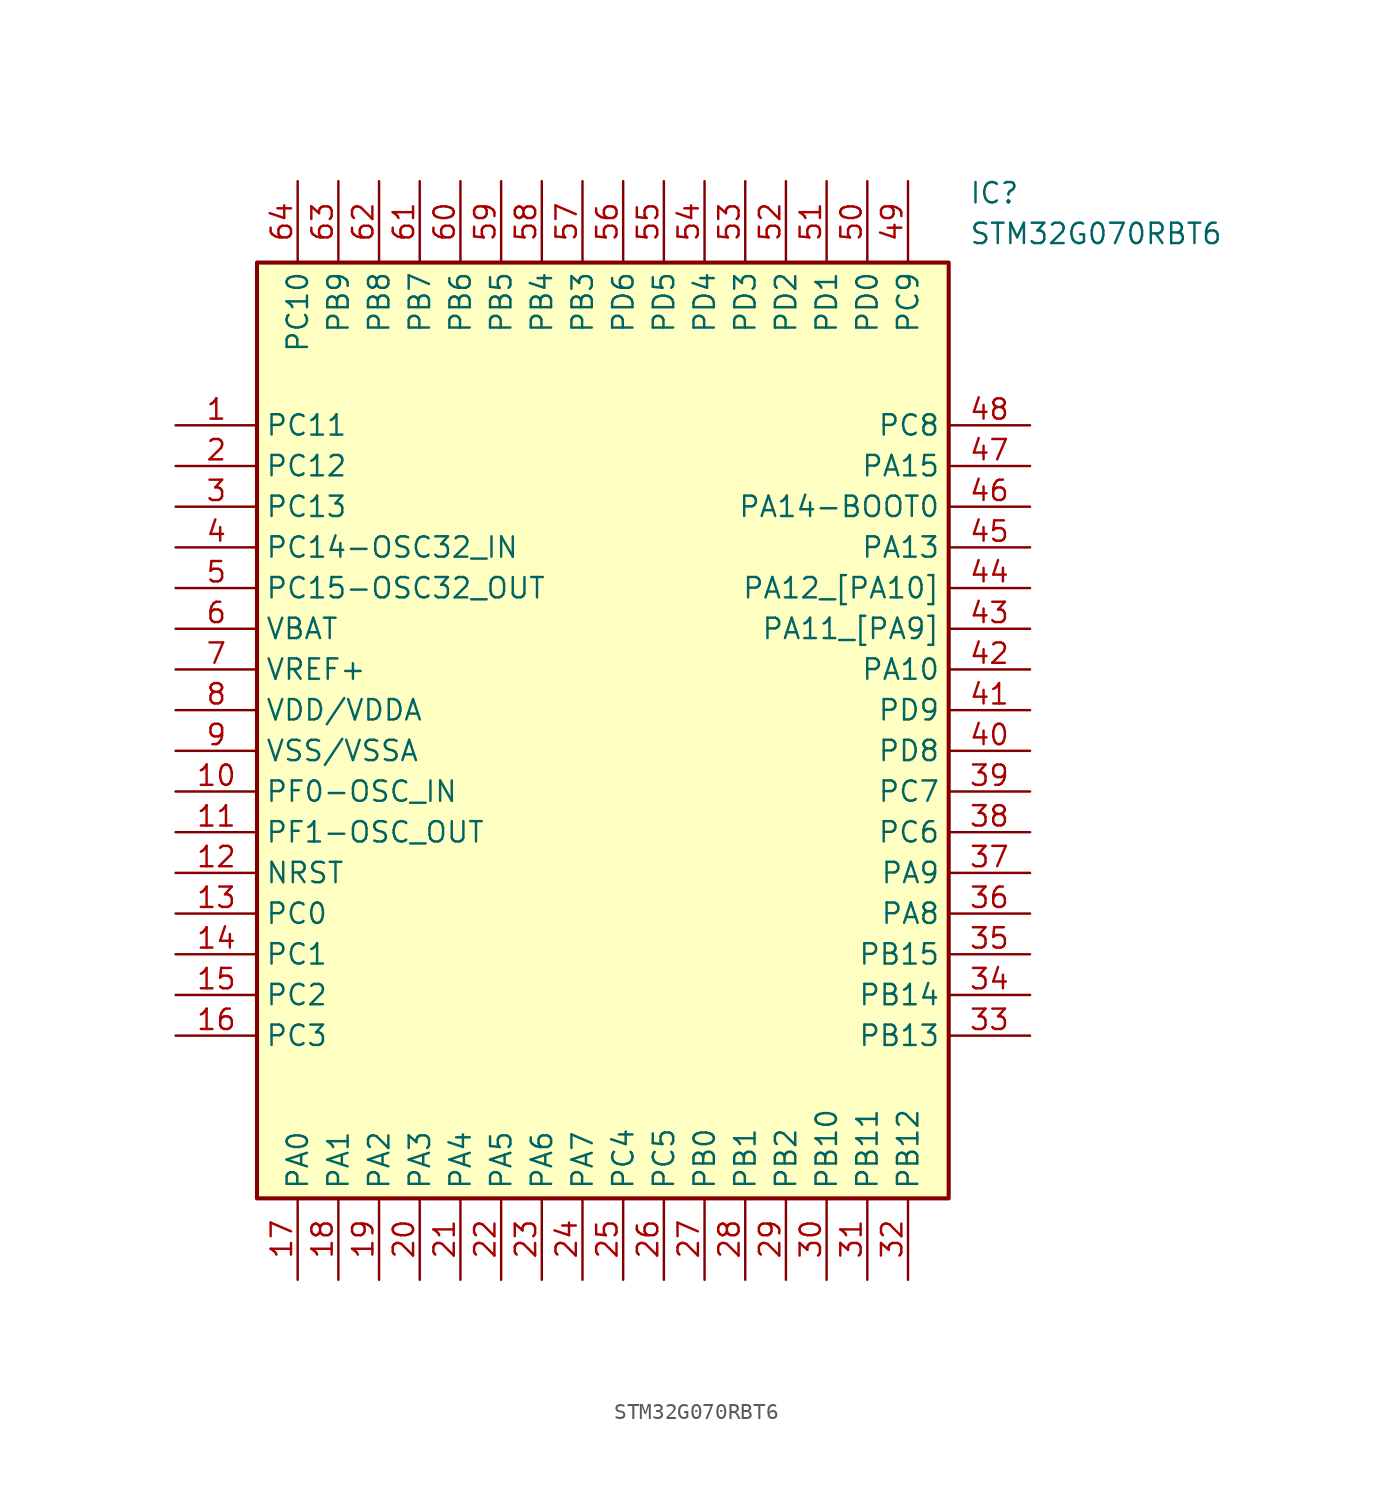
<source format=kicad_sym>
(kicad_symbol_lib
  (version 20220914)
  (generator kicad_symbol_editor)
  (symbol "STM32G070RBT6"
    (property "Reference" "IC"
      (at 49.53 15.24 0)
      (effects (font (size 1.27 1.27)) (justify left top)))
    (property "Value" "STM32G070RBT6"
      (at 49.53 12.7 0)
      (effects (font (size 1.27 1.27)) (justify left top)))
    (symbol "STM32G070RBT6_1_1"
      (rectangle (start 5.08 10.16) (end 48.26 -48.26) (stroke (width 0.254) (type default)) (fill (type background)))
      (pin passive line (at 0 0 0) (length 5.08) (name "PC11" (effects (font (size 1.27 1.27)))) (number "1" (effects (font (size 1.27 1.27)))))
      (pin passive line (at 0 -22.86 0) (length 5.08) (name "PF0-OSC_IN" (effects (font (size 1.27 1.27)))) (number "10" (effects (font (size 1.27 1.27)))))
      (pin passive line (at 0 -25.4 0) (length 5.08) (name "PF1-OSC_OUT" (effects (font (size 1.27 1.27)))) (number "11" (effects (font (size 1.27 1.27)))))
      (pin passive line (at 0 -27.94 0) (length 5.08) (name "NRST" (effects (font (size 1.27 1.27)))) (number "12" (effects (font (size 1.27 1.27)))))
      (pin passive line (at 0 -30.48 0) (length 5.08) (name "PC0" (effects (font (size 1.27 1.27)))) (number "13" (effects (font (size 1.27 1.27)))))
      (pin passive line (at 0 -33.02 0) (length 5.08) (name "PC1" (effects (font (size 1.27 1.27)))) (number "14" (effects (font (size 1.27 1.27)))))
      (pin passive line (at 0 -35.56 0) (length 5.08) (name "PC2" (effects (font (size 1.27 1.27)))) (number "15" (effects (font (size 1.27 1.27)))))
      (pin passive line (at 0 -38.1 0) (length 5.08) (name "PC3" (effects (font (size 1.27 1.27)))) (number "16" (effects (font (size 1.27 1.27)))))
      (pin passive line (at 7.62 -53.34 90) (length 5.08) (name "PA0" (effects (font (size 1.27 1.27)))) (number "17" (effects (font (size 1.27 1.27)))))
      (pin passive line (at 10.16 -53.34 90) (length 5.08) (name "PA1" (effects (font (size 1.27 1.27)))) (number "18" (effects (font (size 1.27 1.27)))))
      (pin passive line (at 12.7 -53.34 90) (length 5.08) (name "PA2" (effects (font (size 1.27 1.27)))) (number "19" (effects (font (size 1.27 1.27)))))
      (pin passive line (at 0 -2.54 0) (length 5.08) (name "PC12" (effects (font (size 1.27 1.27)))) (number "2" (effects (font (size 1.27 1.27)))))
      (pin passive line (at 15.24 -53.34 90) (length 5.08) (name "PA3" (effects (font (size 1.27 1.27)))) (number "20" (effects (font (size 1.27 1.27)))))
      (pin passive line (at 17.78 -53.34 90) (length 5.08) (name "PA4" (effects (font (size 1.27 1.27)))) (number "21" (effects (font (size 1.27 1.27)))))
      (pin passive line (at 20.32 -53.34 90) (length 5.08) (name "PA5" (effects (font (size 1.27 1.27)))) (number "22" (effects (font (size 1.27 1.27)))))
      (pin passive line (at 22.86 -53.34 90) (length 5.08) (name "PA6" (effects (font (size 1.27 1.27)))) (number "23" (effects (font (size 1.27 1.27)))))
      (pin passive line (at 25.4 -53.34 90) (length 5.08) (name "PA7" (effects (font (size 1.27 1.27)))) (number "24" (effects (font (size 1.27 1.27)))))
      (pin passive line (at 27.94 -53.34 90) (length 5.08) (name "PC4" (effects (font (size 1.27 1.27)))) (number "25" (effects (font (size 1.27 1.27)))))
      (pin passive line (at 30.48 -53.34 90) (length 5.08) (name "PC5" (effects (font (size 1.27 1.27)))) (number "26" (effects (font (size 1.27 1.27)))))
      (pin passive line (at 33.02 -53.34 90) (length 5.08) (name "PB0" (effects (font (size 1.27 1.27)))) (number "27" (effects (font (size 1.27 1.27)))))
      (pin passive line (at 35.56 -53.34 90) (length 5.08) (name "PB1" (effects (font (size 1.27 1.27)))) (number "28" (effects (font (size 1.27 1.27)))))
      (pin passive line (at 38.1 -53.34 90) (length 5.08) (name "PB2" (effects (font (size 1.27 1.27)))) (number "29" (effects (font (size 1.27 1.27)))))
      (pin passive line (at 0 -5.08 0) (length 5.08) (name "PC13" (effects (font (size 1.27 1.27)))) (number "3" (effects (font (size 1.27 1.27)))))
      (pin passive line (at 40.64 -53.34 90) (length 5.08) (name "PB10" (effects (font (size 1.27 1.27)))) (number "30" (effects (font (size 1.27 1.27)))))
      (pin passive line (at 43.18 -53.34 90) (length 5.08) (name "PB11" (effects (font (size 1.27 1.27)))) (number "31" (effects (font (size 1.27 1.27)))))
      (pin passive line (at 45.72 -53.34 90) (length 5.08) (name "PB12" (effects (font (size 1.27 1.27)))) (number "32" (effects (font (size 1.27 1.27)))))
      (pin passive line (at 53.34 -38.1 180) (length 5.08) (name "PB13" (effects (font (size 1.27 1.27)))) (number "33" (effects (font (size 1.27 1.27)))))
      (pin passive line (at 53.34 -35.56 180) (length 5.08) (name "PB14" (effects (font (size 1.27 1.27)))) (number "34" (effects (font (size 1.27 1.27)))))
      (pin passive line (at 53.34 -33.02 180) (length 5.08) (name "PB15" (effects (font (size 1.27 1.27)))) (number "35" (effects (font (size 1.27 1.27)))))
      (pin passive line (at 53.34 -30.48 180) (length 5.08) (name "PA8" (effects (font (size 1.27 1.27)))) (number "36" (effects (font (size 1.27 1.27)))))
      (pin passive line (at 53.34 -27.94 180) (length 5.08) (name "PA9" (effects (font (size 1.27 1.27)))) (number "37" (effects (font (size 1.27 1.27)))))
      (pin passive line (at 53.34 -25.4 180) (length 5.08) (name "PC6" (effects (font (size 1.27 1.27)))) (number "38" (effects (font (size 1.27 1.27)))))
      (pin passive line (at 53.34 -22.86 180) (length 5.08) (name "PC7" (effects (font (size 1.27 1.27)))) (number "39" (effects (font (size 1.27 1.27)))))
      (pin passive line (at 0 -7.62 0) (length 5.08) (name "PC14-OSC32_IN" (effects (font (size 1.27 1.27)))) (number "4" (effects (font (size 1.27 1.27)))))
      (pin passive line (at 53.34 -20.32 180) (length 5.08) (name "PD8" (effects (font (size 1.27 1.27)))) (number "40" (effects (font (size 1.27 1.27)))))
      (pin passive line (at 53.34 -17.78 180) (length 5.08) (name "PD9" (effects (font (size 1.27 1.27)))) (number "41" (effects (font (size 1.27 1.27)))))
      (pin passive line (at 53.34 -15.24 180) (length 5.08) (name "PA10" (effects (font (size 1.27 1.27)))) (number "42" (effects (font (size 1.27 1.27)))))
      (pin passive line (at 53.34 -12.7 180) (length 5.08) (name "PA11_[PA9]" (effects (font (size 1.27 1.27)))) (number "43" (effects (font (size 1.27 1.27)))))
      (pin passive line (at 53.34 -10.16 180) (length 5.08) (name "PA12_[PA10]" (effects (font (size 1.27 1.27)))) (number "44" (effects (font (size 1.27 1.27)))))
      (pin passive line (at 53.34 -7.62 180) (length 5.08) (name "PA13" (effects (font (size 1.27 1.27)))) (number "45" (effects (font (size 1.27 1.27)))))
      (pin passive line (at 53.34 -5.08 180) (length 5.08) (name "PA14-BOOT0" (effects (font (size 1.27 1.27)))) (number "46" (effects (font (size 1.27 1.27)))))
      (pin passive line (at 53.34 -2.54 180) (length 5.08) (name "PA15" (effects (font (size 1.27 1.27)))) (number "47" (effects (font (size 1.27 1.27)))))
      (pin passive line (at 53.34 0 180) (length 5.08) (name "PC8" (effects (font (size 1.27 1.27)))) (number "48" (effects (font (size 1.27 1.27)))))
      (pin passive line (at 45.72 15.24 270) (length 5.08) (name "PC9" (effects (font (size 1.27 1.27)))) (number "49" (effects (font (size 1.27 1.27)))))
      (pin passive line (at 0 -10.16 0) (length 5.08) (name "PC15-OSC32_OUT" (effects (font (size 1.27 1.27)))) (number "5" (effects (font (size 1.27 1.27)))))
      (pin passive line (at 43.18 15.24 270) (length 5.08) (name "PD0" (effects (font (size 1.27 1.27)))) (number "50" (effects (font (size 1.27 1.27)))))
      (pin passive line (at 40.64 15.24 270) (length 5.08) (name "PD1" (effects (font (size 1.27 1.27)))) (number "51" (effects (font (size 1.27 1.27)))))
      (pin passive line (at 38.1 15.24 270) (length 5.08) (name "PD2" (effects (font (size 1.27 1.27)))) (number "52" (effects (font (size 1.27 1.27)))))
      (pin passive line (at 35.56 15.24 270) (length 5.08) (name "PD3" (effects (font (size 1.27 1.27)))) (number "53" (effects (font (size 1.27 1.27)))))
      (pin passive line (at 33.02 15.24 270) (length 5.08) (name "PD4" (effects (font (size 1.27 1.27)))) (number "54" (effects (font (size 1.27 1.27)))))
      (pin passive line (at 30.48 15.24 270) (length 5.08) (name "PD5" (effects (font (size 1.27 1.27)))) (number "55" (effects (font (size 1.27 1.27)))))
      (pin passive line (at 27.94 15.24 270) (length 5.08) (name "PD6" (effects (font (size 1.27 1.27)))) (number "56" (effects (font (size 1.27 1.27)))))
      (pin passive line (at 25.4 15.24 270) (length 5.08) (name "PB3" (effects (font (size 1.27 1.27)))) (number "57" (effects (font (size 1.27 1.27)))))
      (pin passive line (at 22.86 15.24 270) (length 5.08) (name "PB4" (effects (font (size 1.27 1.27)))) (number "58" (effects (font (size 1.27 1.27)))))
      (pin passive line (at 20.32 15.24 270) (length 5.08) (name "PB5" (effects (font (size 1.27 1.27)))) (number "59" (effects (font (size 1.27 1.27)))))
      (pin passive line (at 0 -12.7 0) (length 5.08) (name "VBAT" (effects (font (size 1.27 1.27)))) (number "6" (effects (font (size 1.27 1.27)))))
      (pin passive line (at 17.78 15.24 270) (length 5.08) (name "PB6" (effects (font (size 1.27 1.27)))) (number "60" (effects (font (size 1.27 1.27)))))
      (pin passive line (at 15.24 15.24 270) (length 5.08) (name "PB7" (effects (font (size 1.27 1.27)))) (number "61" (effects (font (size 1.27 1.27)))))
      (pin passive line (at 12.7 15.24 270) (length 5.08) (name "PB8" (effects (font (size 1.27 1.27)))) (number "62" (effects (font (size 1.27 1.27)))))
      (pin passive line (at 10.16 15.24 270) (length 5.08) (name "PB9" (effects (font (size 1.27 1.27)))) (number "63" (effects (font (size 1.27 1.27)))))
      (pin passive line (at 7.62 15.24 270) (length 5.08) (name "PC10" (effects (font (size 1.27 1.27)))) (number "64" (effects (font (size 1.27 1.27)))))
      (pin passive line (at 0 -15.24 0) (length 5.08) (name "VREF+" (effects (font (size 1.27 1.27)))) (number "7" (effects (font (size 1.27 1.27)))))
      (pin passive line (at 0 -17.78 0) (length 5.08) (name "VDD/VDDA" (effects (font (size 1.27 1.27)))) (number "8" (effects (font (size 1.27 1.27)))))
      (pin passive line (at 0 -20.32 0) (length 5.08) (name "VSS/VSSA" (effects (font (size 1.27 1.27)))) (number "9" (effects (font (size 1.27 1.27))))))))
</source>
